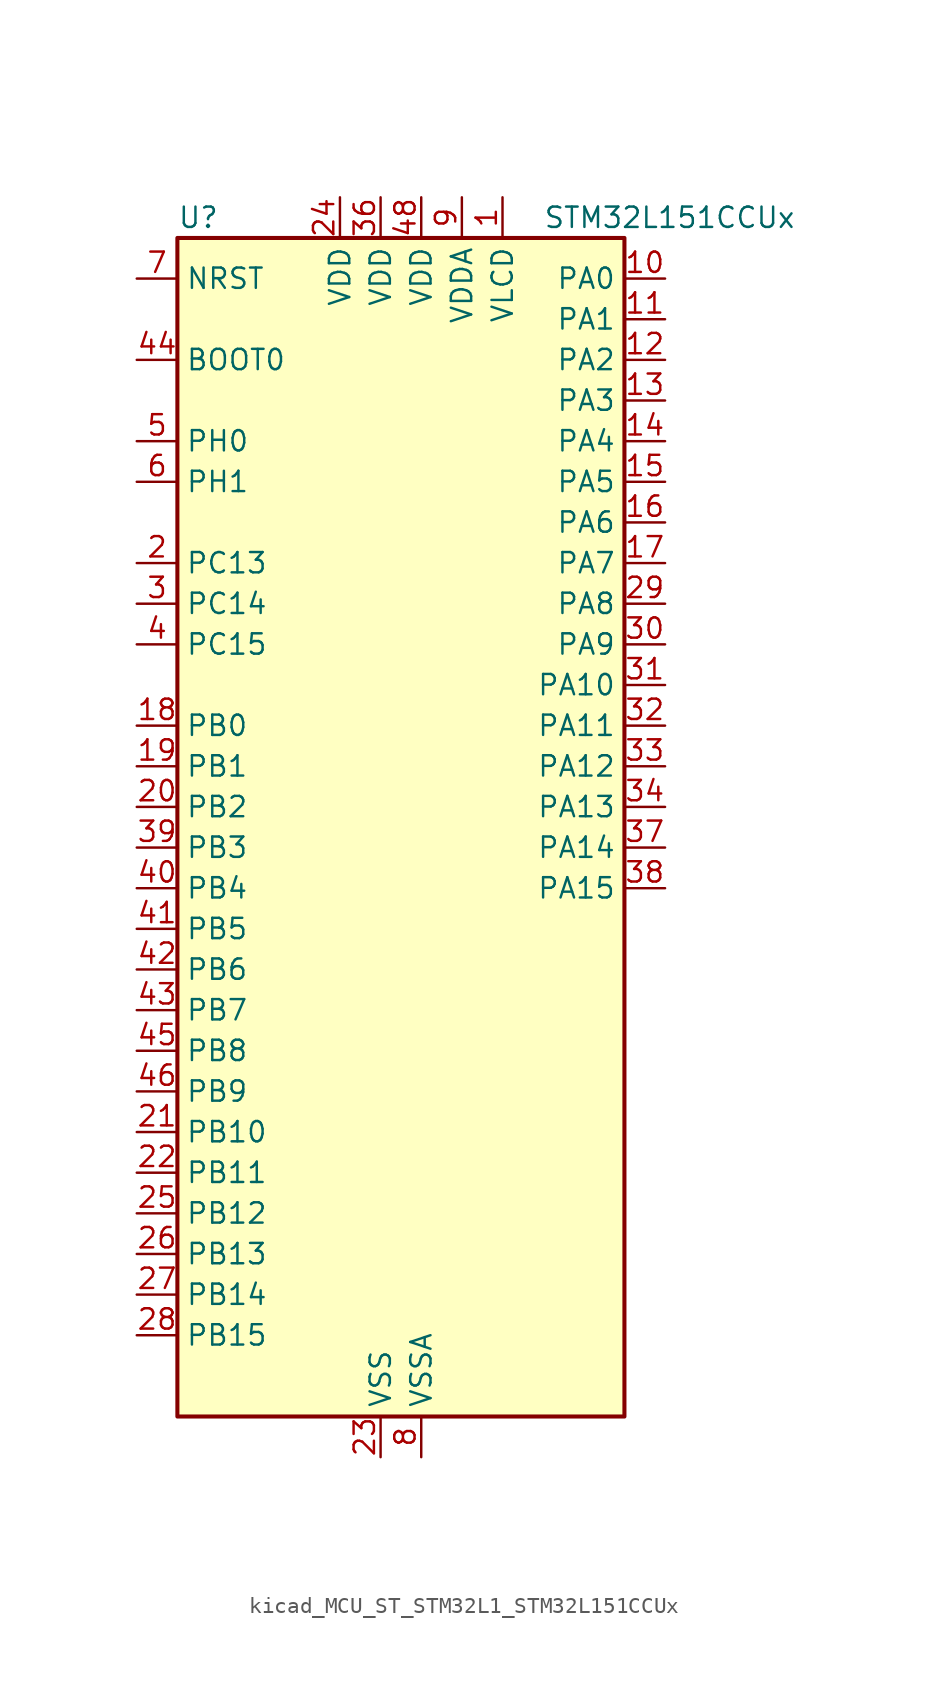
<source format=kicad_sym>
(kicad_symbol_lib
  (version 20220914)
  (generator kicad_symbol_editor)
  (symbol "kicad_MCU_ST_STM32L1_STM32L151CCUx"
    (property "Reference" "U"
      (at -12.7 39.37 0)
      (effects (font (size 1.27 1.27)) (justify left)))
    (property "Value" "STM32L151CCUx"
      (at 10.16 39.37 0)
      (effects (font (size 1.27 1.27)) (justify left)))
    (property "ki_locked" ""
      (at 0 0 0)
      (effects (font (size 1.27 1.27))))
    (symbol "kicad_MCU_ST_STM32L1_STM32L151CCUx_0_1"
      (rectangle (start -12.7 -35.56) (end 15.24 38.1) (stroke (width 0.254) (type default)) (fill (type background))))
    (symbol "kicad_MCU_ST_STM32L1_STM32L151CCUx_1_1"
      (pin power_in line (at 7.62 40.64 270) (length 2.54) (name "VLCD" (effects (font (size 1.27 1.27)))) (number "1" (effects (font (size 1.27 1.27)))))
      (pin bidirectional line (at 17.78 35.56 180) (length 2.54) (name "PA0" (effects (font (size 1.27 1.27)))) (number "10" (effects (font (size 1.27 1.27)))) (alternate "ADC_IN0" bidirectional line) (alternate "COMP1_INP" bidirectional line) (alternate "RTC_TAMP2" bidirectional line) (alternate "SYS_WKUP1" bidirectional line) (alternate "TIM2_CH1" bidirectional line) (alternate "TIM2_ETR" bidirectional line) (alternate "TIM5_CH1" bidirectional line) (alternate "TIMX_IC1" bidirectional line) (alternate "TS_G1_IO1" bidirectional line) (alternate "USART2_CTS" bidirectional line))
      (pin bidirectional line (at 17.78 33.02 180) (length 2.54) (name "PA1" (effects (font (size 1.27 1.27)))) (number "11" (effects (font (size 1.27 1.27)))) (alternate "ADC_IN1" bidirectional line) (alternate "COMP1_INP" bidirectional line) (alternate "OPAMP1_VINP" bidirectional line) (alternate "TIM2_CH2" bidirectional line) (alternate "TIM5_CH2" bidirectional line) (alternate "TIMX_IC2" bidirectional line) (alternate "TS_G1_IO2" bidirectional line) (alternate "USART2_RTS" bidirectional line))
      (pin bidirectional line (at 17.78 30.48 180) (length 2.54) (name "PA2" (effects (font (size 1.27 1.27)))) (number "12" (effects (font (size 1.27 1.27)))) (alternate "ADC_IN2" bidirectional line) (alternate "COMP1_INP" bidirectional line) (alternate "OPAMP1_VINM" bidirectional line) (alternate "TIM2_CH3" bidirectional line) (alternate "TIM5_CH3" bidirectional line) (alternate "TIM9_CH1" bidirectional line) (alternate "TIMX_IC3" bidirectional line) (alternate "TS_G1_IO3" bidirectional line) (alternate "USART2_TX" bidirectional line))
      (pin bidirectional line (at 17.78 27.94 180) (length 2.54) (name "PA3" (effects (font (size 1.27 1.27)))) (number "13" (effects (font (size 1.27 1.27)))) (alternate "ADC_IN3" bidirectional line) (alternate "COMP1_INP" bidirectional line) (alternate "OPAMP1_VOUT" bidirectional line) (alternate "TIM2_CH4" bidirectional line) (alternate "TIM5_CH4" bidirectional line) (alternate "TIM9_CH2" bidirectional line) (alternate "TIMX_IC4" bidirectional line) (alternate "TS_G1_IO4" bidirectional line) (alternate "USART2_RX" bidirectional line))
      (pin bidirectional line (at 17.78 25.4 180) (length 2.54) (name "PA4" (effects (font (size 1.27 1.27)))) (number "14" (effects (font (size 1.27 1.27)))) (alternate "ADC_IN4" bidirectional line) (alternate "COMP1_INP" bidirectional line) (alternate "DAC_OUT1" bidirectional line) (alternate "I2S3_WS" bidirectional line) (alternate "SPI1_NSS" bidirectional line) (alternate "SPI3_NSS" bidirectional line) (alternate "TIMX_IC1" bidirectional line) (alternate "USART2_CK" bidirectional line))
      (pin bidirectional line (at 17.78 22.86 180) (length 2.54) (name "PA5" (effects (font (size 1.27 1.27)))) (number "15" (effects (font (size 1.27 1.27)))) (alternate "ADC_IN5" bidirectional line) (alternate "COMP1_INP" bidirectional line) (alternate "DAC_OUT2" bidirectional line) (alternate "SPI1_SCK" bidirectional line) (alternate "TIM2_CH1" bidirectional line) (alternate "TIM2_ETR" bidirectional line) (alternate "TIMX_IC2" bidirectional line))
      (pin bidirectional line (at 17.78 20.32 180) (length 2.54) (name "PA6" (effects (font (size 1.27 1.27)))) (number "16" (effects (font (size 1.27 1.27)))) (alternate "ADC_IN6" bidirectional line) (alternate "COMP1_INP" bidirectional line) (alternate "OPAMP2_VINP" bidirectional line) (alternate "SPI1_MISO" bidirectional line) (alternate "TIM10_CH1" bidirectional line) (alternate "TIM3_CH1" bidirectional line) (alternate "TIMX_IC3" bidirectional line) (alternate "TS_G2_IO1" bidirectional line))
      (pin bidirectional line (at 17.78 17.78 180) (length 2.54) (name "PA7" (effects (font (size 1.27 1.27)))) (number "17" (effects (font (size 1.27 1.27)))) (alternate "ADC_IN7" bidirectional line) (alternate "COMP1_INP" bidirectional line) (alternate "OPAMP2_VINM" bidirectional line) (alternate "SPI1_MOSI" bidirectional line) (alternate "TIM11_CH1" bidirectional line) (alternate "TIM3_CH2" bidirectional line) (alternate "TIMX_IC4" bidirectional line) (alternate "TS_G2_IO2" bidirectional line))
      (pin bidirectional line (at -15.24 7.62 0) (length 2.54) (name "PB0" (effects (font (size 1.27 1.27)))) (number "18" (effects (font (size 1.27 1.27)))) (alternate "ADC_IN8" bidirectional line) (alternate "COMP1_INP" bidirectional line) (alternate "OPAMP2_VOUT" bidirectional line) (alternate "SYS_V_REF_OUT" bidirectional line) (alternate "TIM3_CH3" bidirectional line) (alternate "TS_G3_IO1" bidirectional line))
      (pin bidirectional line (at -15.24 5.08 0) (length 2.54) (name "PB1" (effects (font (size 1.27 1.27)))) (number "19" (effects (font (size 1.27 1.27)))) (alternate "ADC_IN9" bidirectional line) (alternate "COMP1_INP" bidirectional line) (alternate "SYS_V_REF_OUT" bidirectional line) (alternate "TIM3_CH4" bidirectional line) (alternate "TS_G3_IO2" bidirectional line))
      (pin bidirectional line (at -15.24 17.78 0) (length 2.54) (name "PC13" (effects (font (size 1.27 1.27)))) (number "2" (effects (font (size 1.27 1.27)))) (alternate "RTC_OUT_ALARM" bidirectional line) (alternate "RTC_OUT_CALIB" bidirectional line) (alternate "RTC_TAMP1" bidirectional line) (alternate "RTC_TS" bidirectional line) (alternate "SYS_WKUP2" bidirectional line) (alternate "TIMX_IC2" bidirectional line))
      (pin bidirectional line (at -15.24 2.54 0) (length 2.54) (name "PB2" (effects (font (size 1.27 1.27)))) (number "20" (effects (font (size 1.27 1.27)))) (alternate "TS_G3_IO3" bidirectional line))
      (pin bidirectional line (at -15.24 -17.78 0) (length 2.54) (name "PB10" (effects (font (size 1.27 1.27)))) (number "21" (effects (font (size 1.27 1.27)))) (alternate "I2C2_SCL" bidirectional line) (alternate "TIM2_CH3" bidirectional line) (alternate "USART3_TX" bidirectional line))
      (pin bidirectional line (at -15.24 -20.32 0) (length 2.54) (name "PB11" (effects (font (size 1.27 1.27)))) (number "22" (effects (font (size 1.27 1.27)))) (alternate "ADC_EXTI11" bidirectional line) (alternate "I2C2_SDA" bidirectional line) (alternate "TIM2_CH4" bidirectional line) (alternate "USART3_RX" bidirectional line))
      (pin power_in line (at 0 -38.1 90) (length 2.54) (name "VSS" (effects (font (size 1.27 1.27)))) (number "23" (effects (font (size 1.27 1.27)))))
      (pin power_in line (at -2.54 40.64 270) (length 2.54) (name "VDD" (effects (font (size 1.27 1.27)))) (number "24" (effects (font (size 1.27 1.27)))))
      (pin bidirectional line (at -15.24 -22.86 0) (length 2.54) (name "PB12" (effects (font (size 1.27 1.27)))) (number "25" (effects (font (size 1.27 1.27)))) (alternate "ADC_IN18" bidirectional line) (alternate "COMP1_INP" bidirectional line) (alternate "I2C2_SMBA" bidirectional line) (alternate "I2S2_WS" bidirectional line) (alternate "SPI2_NSS" bidirectional line) (alternate "TIM10_CH1" bidirectional line) (alternate "TS_G7_IO1" bidirectional line) (alternate "USART3_CK" bidirectional line))
      (pin bidirectional line (at -15.24 -25.4 0) (length 2.54) (name "PB13" (effects (font (size 1.27 1.27)))) (number "26" (effects (font (size 1.27 1.27)))) (alternate "ADC_IN19" bidirectional line) (alternate "COMP1_INP" bidirectional line) (alternate "I2S2_CK" bidirectional line) (alternate "SPI2_SCK" bidirectional line) (alternate "TIM9_CH1" bidirectional line) (alternate "TS_G7_IO2" bidirectional line) (alternate "USART3_CTS" bidirectional line))
      (pin bidirectional line (at -15.24 -27.94 0) (length 2.54) (name "PB14" (effects (font (size 1.27 1.27)))) (number "27" (effects (font (size 1.27 1.27)))) (alternate "ADC_IN20" bidirectional line) (alternate "COMP1_INP" bidirectional line) (alternate "SPI2_MISO" bidirectional line) (alternate "TIM9_CH2" bidirectional line) (alternate "TS_G7_IO3" bidirectional line) (alternate "USART3_RTS" bidirectional line))
      (pin bidirectional line (at -15.24 -30.48 0) (length 2.54) (name "PB15" (effects (font (size 1.27 1.27)))) (number "28" (effects (font (size 1.27 1.27)))) (alternate "ADC_EXTI15" bidirectional line) (alternate "ADC_IN21" bidirectional line) (alternate "COMP1_INP" bidirectional line) (alternate "I2S2_SD" bidirectional line) (alternate "RTC_REFIN" bidirectional line) (alternate "SPI2_MOSI" bidirectional line) (alternate "TIM11_CH1" bidirectional line) (alternate "TS_G7_IO4" bidirectional line))
      (pin bidirectional line (at 17.78 15.24 180) (length 2.54) (name "PA8" (effects (font (size 1.27 1.27)))) (number "29" (effects (font (size 1.27 1.27)))) (alternate "RCC_MCO" bidirectional line) (alternate "TIMX_IC1" bidirectional line) (alternate "TS_G4_IO1" bidirectional line) (alternate "USART1_CK" bidirectional line))
      (pin bidirectional line (at -15.24 15.24 0) (length 2.54) (name "PC14" (effects (font (size 1.27 1.27)))) (number "3" (effects (font (size 1.27 1.27)))) (alternate "RCC_OSC32_IN" bidirectional line) (alternate "TIMX_IC3" bidirectional line))
      (pin bidirectional line (at 17.78 12.7 180) (length 2.54) (name "PA9" (effects (font (size 1.27 1.27)))) (number "30" (effects (font (size 1.27 1.27)))) (alternate "DAC_EXTI9" bidirectional line) (alternate "TIMX_IC2" bidirectional line) (alternate "TS_G4_IO2" bidirectional line) (alternate "USART1_TX" bidirectional line))
      (pin bidirectional line (at 17.78 10.16 180) (length 2.54) (name "PA10" (effects (font (size 1.27 1.27)))) (number "31" (effects (font (size 1.27 1.27)))) (alternate "TIMX_IC3" bidirectional line) (alternate "TS_G4_IO3" bidirectional line) (alternate "USART1_RX" bidirectional line))
      (pin bidirectional line (at 17.78 7.62 180) (length 2.54) (name "PA11" (effects (font (size 1.27 1.27)))) (number "32" (effects (font (size 1.27 1.27)))) (alternate "ADC_EXTI11" bidirectional line) (alternate "SPI1_MISO" bidirectional line) (alternate "TIMX_IC4" bidirectional line) (alternate "USART1_CTS" bidirectional line) (alternate "USB_DM" bidirectional line))
      (pin bidirectional line (at 17.78 5.08 180) (length 2.54) (name "PA12" (effects (font (size 1.27 1.27)))) (number "33" (effects (font (size 1.27 1.27)))) (alternate "SPI1_MOSI" bidirectional line) (alternate "TIMX_IC1" bidirectional line) (alternate "USART1_RTS" bidirectional line) (alternate "USB_DP" bidirectional line))
      (pin bidirectional line (at 17.78 2.54 180) (length 2.54) (name "PA13" (effects (font (size 1.27 1.27)))) (number "34" (effects (font (size 1.27 1.27)))) (alternate "SYS_JTMS-SWDIO" bidirectional line) (alternate "TIMX_IC2" bidirectional line) (alternate "TS_G5_IO1" bidirectional line))
      (pin passive line (at 0 -38.1 90) (length 2.54) hide (name "VSS" (effects (font (size 1.27 1.27)))) (number "35" (effects (font (size 1.27 1.27)))))
      (pin power_in line (at 0 40.64 270) (length 2.54) (name "VDD" (effects (font (size 1.27 1.27)))) (number "36" (effects (font (size 1.27 1.27)))))
      (pin bidirectional line (at 17.78 0 180) (length 2.54) (name "PA14" (effects (font (size 1.27 1.27)))) (number "37" (effects (font (size 1.27 1.27)))) (alternate "SYS_JTCK-SWCLK" bidirectional line) (alternate "TIMX_IC3" bidirectional line) (alternate "TS_G5_IO2" bidirectional line))
      (pin bidirectional line (at 17.78 -2.54 180) (length 2.54) (name "PA15" (effects (font (size 1.27 1.27)))) (number "38" (effects (font (size 1.27 1.27)))) (alternate "ADC_EXTI15" bidirectional line) (alternate "I2S3_WS" bidirectional line) (alternate "SPI1_NSS" bidirectional line) (alternate "SPI3_NSS" bidirectional line) (alternate "SYS_JTDI" bidirectional line) (alternate "TIM2_CH1" bidirectional line) (alternate "TIM2_ETR" bidirectional line) (alternate "TIMX_IC4" bidirectional line) (alternate "TS_G5_IO3" bidirectional line))
      (pin bidirectional line (at -15.24 0 0) (length 2.54) (name "PB3" (effects (font (size 1.27 1.27)))) (number "39" (effects (font (size 1.27 1.27)))) (alternate "COMP2_INM" bidirectional line) (alternate "I2S3_CK" bidirectional line) (alternate "SPI1_SCK" bidirectional line) (alternate "SPI3_SCK" bidirectional line) (alternate "SYS_JTDO-TRACESWO" bidirectional line) (alternate "TIM2_CH2" bidirectional line))
      (pin bidirectional line (at -15.24 12.7 0) (length 2.54) (name "PC15" (effects (font (size 1.27 1.27)))) (number "4" (effects (font (size 1.27 1.27)))) (alternate "ADC_EXTI15" bidirectional line) (alternate "RCC_OSC32_OUT" bidirectional line) (alternate "TIMX_IC4" bidirectional line))
      (pin bidirectional line (at -15.24 -2.54 0) (length 2.54) (name "PB4" (effects (font (size 1.27 1.27)))) (number "40" (effects (font (size 1.27 1.27)))) (alternate "COMP2_INP" bidirectional line) (alternate "SPI1_MISO" bidirectional line) (alternate "SPI3_MISO" bidirectional line) (alternate "SYS_JTRST" bidirectional line) (alternate "TIM3_CH1" bidirectional line) (alternate "TS_G6_IO1" bidirectional line))
      (pin bidirectional line (at -15.24 -5.08 0) (length 2.54) (name "PB5" (effects (font (size 1.27 1.27)))) (number "41" (effects (font (size 1.27 1.27)))) (alternate "COMP2_INP" bidirectional line) (alternate "I2C1_SMBA" bidirectional line) (alternate "I2S3_SD" bidirectional line) (alternate "SPI1_MOSI" bidirectional line) (alternate "SPI3_MOSI" bidirectional line) (alternate "TIM3_CH2" bidirectional line) (alternate "TS_G6_IO2" bidirectional line))
      (pin bidirectional line (at -15.24 -7.62 0) (length 2.54) (name "PB6" (effects (font (size 1.27 1.27)))) (number "42" (effects (font (size 1.27 1.27)))) (alternate "COMP2_INP" bidirectional line) (alternate "I2C1_SCL" bidirectional line) (alternate "TIM4_CH1" bidirectional line) (alternate "TS_G6_IO3" bidirectional line) (alternate "USART1_TX" bidirectional line))
      (pin bidirectional line (at -15.24 -10.16 0) (length 2.54) (name "PB7" (effects (font (size 1.27 1.27)))) (number "43" (effects (font (size 1.27 1.27)))) (alternate "COMP2_INP" bidirectional line) (alternate "I2C1_SDA" bidirectional line) (alternate "SYS_PVD_IN" bidirectional line) (alternate "TIM4_CH2" bidirectional line) (alternate "TS_G6_IO4" bidirectional line) (alternate "USART1_RX" bidirectional line))
      (pin input line (at -15.24 30.48 0) (length 2.54) (name "BOOT0" (effects (font (size 1.27 1.27)))) (number "44" (effects (font (size 1.27 1.27)))))
      (pin bidirectional line (at -15.24 -12.7 0) (length 2.54) (name "PB8" (effects (font (size 1.27 1.27)))) (number "45" (effects (font (size 1.27 1.27)))) (alternate "I2C1_SCL" bidirectional line) (alternate "TIM10_CH1" bidirectional line) (alternate "TIM4_CH3" bidirectional line))
      (pin bidirectional line (at -15.24 -15.24 0) (length 2.54) (name "PB9" (effects (font (size 1.27 1.27)))) (number "46" (effects (font (size 1.27 1.27)))) (alternate "DAC_EXTI9" bidirectional line) (alternate "I2C1_SDA" bidirectional line) (alternate "TIM11_CH1" bidirectional line) (alternate "TIM4_CH4" bidirectional line))
      (pin passive line (at 0 -38.1 90) (length 2.54) hide (name "VSS" (effects (font (size 1.27 1.27)))) (number "47" (effects (font (size 1.27 1.27)))))
      (pin power_in line (at 2.54 40.64 270) (length 2.54) (name "VDD" (effects (font (size 1.27 1.27)))) (number "48" (effects (font (size 1.27 1.27)))))
      (pin passive line (at 0 -38.1 90) (length 2.54) hide (name "VSS" (effects (font (size 1.27 1.27)))) (number "49" (effects (font (size 1.27 1.27)))))
      (pin bidirectional line (at -15.24 25.4 0) (length 2.54) (name "PH0" (effects (font (size 1.27 1.27)))) (number "5" (effects (font (size 1.27 1.27)))) (alternate "RCC_OSC_IN" bidirectional line))
      (pin bidirectional line (at -15.24 22.86 0) (length 2.54) (name "PH1" (effects (font (size 1.27 1.27)))) (number "6" (effects (font (size 1.27 1.27)))) (alternate "RCC_OSC_OUT" bidirectional line))
      (pin input line (at -15.24 35.56 0) (length 2.54) (name "NRST" (effects (font (size 1.27 1.27)))) (number "7" (effects (font (size 1.27 1.27)))))
      (pin power_in line (at 2.54 -38.1 90) (length 2.54) (name "VSSA" (effects (font (size 1.27 1.27)))) (number "8" (effects (font (size 1.27 1.27)))))
      (pin power_in line (at 5.08 40.64 270) (length 2.54) (name "VDDA" (effects (font (size 1.27 1.27)))) (number "9" (effects (font (size 1.27 1.27))))))))
</source>
